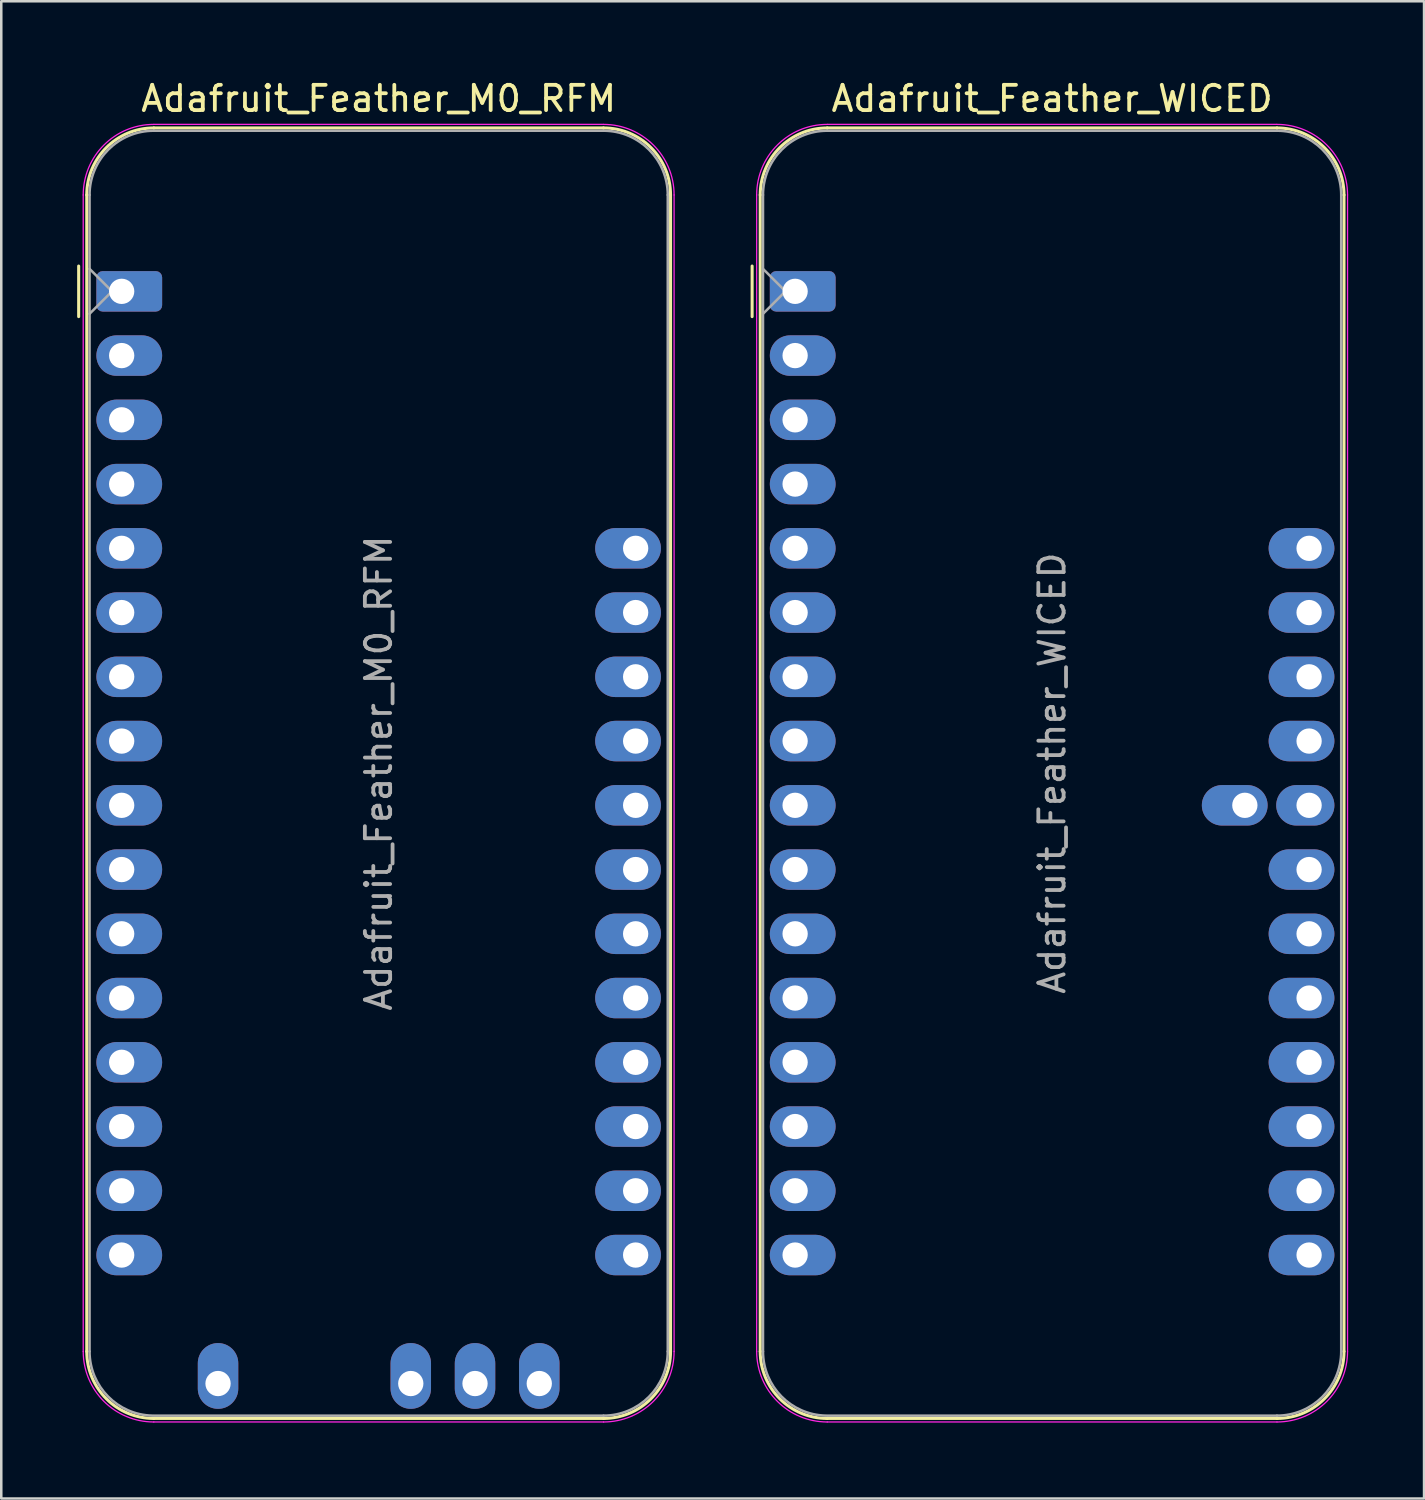
<source format=kicad_pcb>
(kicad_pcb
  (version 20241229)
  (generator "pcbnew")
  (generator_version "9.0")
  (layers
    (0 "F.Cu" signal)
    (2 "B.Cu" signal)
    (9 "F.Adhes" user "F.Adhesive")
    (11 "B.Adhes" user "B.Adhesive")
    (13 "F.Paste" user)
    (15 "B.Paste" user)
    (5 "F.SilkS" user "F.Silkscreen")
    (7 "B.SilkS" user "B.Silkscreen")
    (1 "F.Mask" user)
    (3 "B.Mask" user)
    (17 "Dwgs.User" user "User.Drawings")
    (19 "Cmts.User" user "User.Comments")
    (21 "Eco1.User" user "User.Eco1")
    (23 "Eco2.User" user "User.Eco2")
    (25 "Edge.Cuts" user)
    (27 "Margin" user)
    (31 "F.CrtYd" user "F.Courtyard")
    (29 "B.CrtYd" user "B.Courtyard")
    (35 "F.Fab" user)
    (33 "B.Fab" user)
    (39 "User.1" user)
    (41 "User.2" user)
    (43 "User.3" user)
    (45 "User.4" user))
  (footprint "Adafruit_Feather_WICED"
    (layer "F.Cu")
    (at 28.385 8.468)
    (property "Reference" "Adafruit_Feather_WICED" (at 10.16 -7.62 0) (layer "F.SilkS") (effects (font (size 1 1) (thickness 0.15))))
    (attr through_hole)
    (fp_line (start -1.7 1) (end -1.7 -1) (stroke (width 0.12) (type solid)) (layer "F.SilkS"))
    (fp_line (start -1.38 -3.81) (end -1.38 41.91) (stroke (width 0.12) (type solid)) (layer "F.SilkS"))
    (fp_line (start 19.05 -6.46) (end 1.27 -6.46) (stroke (width 0.12) (type solid)) (layer "F.SilkS"))
    (fp_line (start 19.05 44.56) (end 1.27 44.56) (stroke (width 0.12) (type solid)) (layer "F.SilkS"))
    (fp_line (start 21.7 -3.81) (end 21.7 41.91) (stroke (width 0.12) (type solid)) (layer "F.SilkS"))
    (fp_arc (start -1.38 -3.81) (mid -0.603833 -5.683833) (end 1.27 -6.46) (stroke (width 0.12) (type solid)) (layer "F.SilkS"))
    (fp_arc (start 1.27 44.56) (mid -0.603833 43.783833) (end -1.38 41.91) (stroke (width 0.12) (type solid)) (layer "F.SilkS"))
    (fp_arc (start 19.05 -6.46) (mid 20.923833 -5.683833) (end 21.7 -3.81) (stroke (width 0.12) (type solid)) (layer "F.SilkS"))
    (fp_arc (start 21.7 41.91) (mid 20.923833 43.783833) (end 19.05 44.56) (stroke (width 0.12) (type solid)) (layer "F.SilkS"))
    (fp_line (start -1.52 41.91) (end -1.52 -3.81) (stroke (width 0.05) (type solid)) (layer "F.CrtYd"))
    (fp_line (start 19.05 -6.6) (end 1.27 -6.6) (stroke (width 0.05) (type solid)) (layer "F.CrtYd"))
    (fp_line (start 19.05 44.7) (end 1.27 44.7) (stroke (width 0.05) (type solid)) (layer "F.CrtYd"))
    (fp_line (start 21.84 41.91) (end 21.84 -3.81) (stroke (width 0.05) (type solid)) (layer "F.CrtYd"))
    (fp_arc (start -1.52 -3.81) (mid -0.702828 -5.782828) (end 1.27 -6.6) (stroke (width 0.05) (type solid)) (layer "F.CrtYd"))
    (fp_arc (start 1.27 44.7) (mid -0.702828 43.882828) (end -1.52 41.91) (stroke (width 0.05) (type solid)) (layer "F.CrtYd"))
    (fp_arc (start 19.05 -6.6) (mid 21.022828 -5.782828) (end 21.84 -3.81) (stroke (width 0.05) (type solid)) (layer "F.CrtYd"))
    (fp_arc (start 21.84 41.91) (mid 21.022828 43.882828) (end 19.05 44.7) (stroke (width 0.05) (type solid)) (layer "F.CrtYd"))
    (fp_line (start -1.27 -3.81) (end -1.27 41.91) (stroke (width 0.1) (type solid)) (layer "F.Fab"))
    (fp_line (start -1.27 -0.889) (end -0.381 0) (stroke (width 0.1) (type solid)) (layer "F.Fab"))
    (fp_line (start -0.381 0) (end -1.27 0.889) (stroke (width 0.1) (type solid)) (layer "F.Fab"))
    (fp_line (start 1.27 44.45) (end 19.05 44.45) (stroke (width 0.1) (type solid)) (layer "F.Fab"))
    (fp_line (start 19.05 -6.35) (end 1.27 -6.35) (stroke (width 0.1) (type solid)) (layer "F.Fab"))
    (fp_line (start 21.59 41.91) (end 21.59 -3.81) (stroke (width 0.1) (type solid)) (layer "F.Fab"))
    (fp_arc (start -1.27 -3.81) (mid -0.526051 -5.606051) (end 1.27 -6.35) (stroke (width 0.1) (type solid)) (layer "F.Fab"))
    (fp_arc (start 1.221238 44.449532) (mid -0.543209 43.688728) (end -1.27 41.91) (stroke (width 0.1) (type solid)) (layer "F.Fab"))
    (fp_arc (start 19.05 -6.35) (mid 20.846051 -5.606051) (end 21.59 -3.81) (stroke (width 0.1) (type solid)) (layer "F.Fab"))
    (fp_arc (start 21.59 41.91) (mid 20.846051 43.706051) (end 19.05 44.45) (stroke (width 0.1) (type solid)) (layer "F.Fab"))
    (fp_text user "${REFERENCE}" (at 10.16 19.05 270) (layer "F.Fab") (effects (font (size 1 1) (thickness 0.15))))
    (pad "1" thru_hole roundrect (at 0 0) (size 2.6 1.6) (drill 1 (offset 0.3 0)) (layers "*.Cu" "*.Mask") (roundrect_rratio 0.156))
    (pad "2" thru_hole oval (at 0 2.54) (size 2.6 1.6) (drill 1 (offset 0.3 0)) (layers "*.Cu" "*.Mask"))
    (pad "3" thru_hole oval (at 0 5.08) (size 2.6 1.6) (drill 1 (offset 0.3 0)) (layers "*.Cu" "*.Mask"))
    (pad "4" thru_hole oval (at 0 7.62) (size 2.6 1.6) (drill 1 (offset 0.3 0)) (layers "*.Cu" "*.Mask"))
    (pad "5" thru_hole oval (at 0 10.16) (size 2.6 1.6) (drill 1 (offset 0.3 0)) (layers "*.Cu" "*.Mask"))
    (pad "6" thru_hole oval (at 0 12.7) (size 2.6 1.6) (drill 1 (offset 0.3 0)) (layers "*.Cu" "*.Mask"))
    (pad "7" thru_hole oval (at 0 15.24) (size 2.6 1.6) (drill 1 (offset 0.3 0)) (layers "*.Cu" "*.Mask"))
    (pad "8" thru_hole oval (at 0 17.78) (size 2.6 1.6) (drill 1 (offset 0.3 0)) (layers "*.Cu" "*.Mask"))
    (pad "9" thru_hole oval (at 0 20.32) (size 2.6 1.6) (drill 1 (offset 0.3 0)) (layers "*.Cu" "*.Mask"))
    (pad "10" thru_hole oval (at 0 22.86) (size 2.6 1.6) (drill 1 (offset 0.3 0)) (layers "*.Cu" "*.Mask"))
    (pad "11" thru_hole oval (at 0 25.4) (size 2.6 1.6) (drill 1 (offset 0.3 0)) (layers "*.Cu" "*.Mask"))
    (pad "12" thru_hole oval (at 0 27.94) (size 2.6 1.6) (drill 1 (offset 0.3 0)) (layers "*.Cu" "*.Mask"))
    (pad "13" thru_hole oval (at 0 30.48) (size 2.6 1.6) (drill 1 (offset 0.3 0)) (layers "*.Cu" "*.Mask"))
    (pad "14" thru_hole oval (at 0 33.02) (size 2.6 1.6) (drill 1 (offset 0.3 0)) (layers "*.Cu" "*.Mask"))
    (pad "15" thru_hole oval (at 0 35.56) (size 2.6 1.6) (drill 1 (offset 0.3 0)) (layers "*.Cu" "*.Mask"))
    (pad "16" thru_hole oval (at 0 38.1) (size 2.6 1.6) (drill 1 (offset 0.3 0)) (layers "*.Cu" "*.Mask"))
    (pad "17" thru_hole oval (at 20.32 38.1 180) (size 2.6 1.6) (drill 1 (offset 0.3 0)) (layers "*.Cu" "*.Mask"))
    (pad "18" thru_hole oval (at 20.32 35.56 180) (size 2.6 1.6) (drill 1 (offset 0.3 0)) (layers "*.Cu" "*.Mask"))
    (pad "19" thru_hole oval (at 20.32 33.02 180) (size 2.6 1.6) (drill 1 (offset 0.3 0)) (layers "*.Cu" "*.Mask"))
    (pad "20" thru_hole oval (at 20.32 30.48 180) (size 2.6 1.6) (drill 1 (offset 0.3 0)) (layers "*.Cu" "*.Mask"))
    (pad "21" thru_hole oval (at 20.32 27.94 180) (size 2.6 1.6) (drill 1 (offset 0.3 0)) (layers "*.Cu" "*.Mask"))
    (pad "22" thru_hole oval (at 20.32 25.4 180) (size 2.6 1.6) (drill 1 (offset 0.3 0)) (layers "*.Cu" "*.Mask"))
    (pad "23" thru_hole oval (at 20.32 22.86 180) (size 2.6 1.6) (drill 1 (offset 0.3 0)) (layers "*.Cu" "*.Mask"))
    (pad "24" thru_hole oval (at 20.32 20.32 180) (size 2.3 1.6) (drill 1 (offset 0.15 0)) (layers "*.Cu" "*.Mask"))
    (pad "25" thru_hole oval (at 20.32 17.78 180) (size 2.6 1.6) (drill 1 (offset 0.3 0)) (layers "*.Cu" "*.Mask"))
    (pad "26" thru_hole oval (at 20.32 15.24 180) (size 2.6 1.6) (drill 1 (offset 0.3 0)) (layers "*.Cu" "*.Mask"))
    (pad "27" thru_hole oval (at 20.32 12.7 180) (size 2.6 1.6) (drill 1 (offset 0.3 0)) (layers "*.Cu" "*.Mask"))
    (pad "28" thru_hole oval (at 20.32 10.16 180) (size 2.6 1.6) (drill 1 (offset 0.3 0)) (layers "*.Cu" "*.Mask"))
    (pad "29" thru_hole oval (at 17.78 20.32 180) (size 2.6 1.6) (drill 1 (offset 0.4 0)) (layers "*.Cu" "*.Mask")))
  (footprint "Adafruit_Feather_M0_RFM"
    (layer "F.Cu")
    (at 1.76 8.468)
    (property "Reference" "Adafruit_Feather_M0_RFM" (at 10.16 -7.62 0) (layer "F.SilkS") (effects (font (size 1 1) (thickness 0.15))))
    (attr through_hole)
    (fp_line (start -1.7 1) (end -1.7 -1) (stroke (width 0.12) (type solid)) (layer "F.SilkS"))
    (fp_line (start -1.38 -3.81) (end -1.38 41.91) (stroke (width 0.12) (type solid)) (layer "F.SilkS"))
    (fp_line (start 19.05 -6.46) (end 1.27 -6.46) (stroke (width 0.12) (type solid)) (layer "F.SilkS"))
    (fp_line (start 19.05 44.56) (end 1.27 44.56) (stroke (width 0.12) (type solid)) (layer "F.SilkS"))
    (fp_line (start 21.7 -3.81) (end 21.7 41.91) (stroke (width 0.12) (type solid)) (layer "F.SilkS"))
    (fp_arc (start -1.38 -3.81) (mid -0.603833 -5.683833) (end 1.27 -6.46) (stroke (width 0.12) (type solid)) (layer "F.SilkS"))
    (fp_arc (start 1.27 44.56) (mid -0.603833 43.783833) (end -1.38 41.91) (stroke (width 0.12) (type solid)) (layer "F.SilkS"))
    (fp_arc (start 19.05 -6.46) (mid 20.923833 -5.683833) (end 21.7 -3.81) (stroke (width 0.12) (type solid)) (layer "F.SilkS"))
    (fp_arc (start 21.7 41.91) (mid 20.923833 43.783833) (end 19.05 44.56) (stroke (width 0.12) (type solid)) (layer "F.SilkS"))
    (fp_line (start -1.52 41.91) (end -1.52 -3.81) (stroke (width 0.05) (type solid)) (layer "F.CrtYd"))
    (fp_line (start 19.05 -6.6) (end 1.27 -6.6) (stroke (width 0.05) (type solid)) (layer "F.CrtYd"))
    (fp_line (start 19.05 44.7) (end 1.27 44.7) (stroke (width 0.05) (type solid)) (layer "F.CrtYd"))
    (fp_line (start 21.84 41.91) (end 21.84 -3.81) (stroke (width 0.05) (type solid)) (layer "F.CrtYd"))
    (fp_arc (start -1.52 -3.81) (mid -0.702828 -5.782828) (end 1.27 -6.6) (stroke (width 0.05) (type solid)) (layer "F.CrtYd"))
    (fp_arc (start 1.27 44.7) (mid -0.702828 43.882828) (end -1.52 41.91) (stroke (width 0.05) (type solid)) (layer "F.CrtYd"))
    (fp_arc (start 19.05 -6.6) (mid 21.022828 -5.782828) (end 21.84 -3.81) (stroke (width 0.05) (type solid)) (layer "F.CrtYd"))
    (fp_arc (start 21.84 41.91) (mid 21.022828 43.882828) (end 19.05 44.7) (stroke (width 0.05) (type solid)) (layer "F.CrtYd"))
    (fp_line (start -1.27 -3.81) (end -1.27 41.91) (stroke (width 0.1) (type solid)) (layer "F.Fab"))
    (fp_line (start -1.27 -0.889) (end -0.381 0) (stroke (width 0.1) (type solid)) (layer "F.Fab"))
    (fp_line (start -0.381 0) (end -1.27 0.889) (stroke (width 0.1) (type solid)) (layer "F.Fab"))
    (fp_line (start 1.27 44.45) (end 19.05 44.45) (stroke (width 0.1) (type solid)) (layer "F.Fab"))
    (fp_line (start 19.05 -6.35) (end 1.27 -6.35) (stroke (width 0.1) (type solid)) (layer "F.Fab"))
    (fp_line (start 21.59 41.91) (end 21.59 -3.81) (stroke (width 0.1) (type solid)) (layer "F.Fab"))
    (fp_arc (start -1.27 -3.81) (mid -0.526051 -5.606051) (end 1.27 -6.35) (stroke (width 0.1) (type solid)) (layer "F.Fab"))
    (fp_arc (start 1.221238 44.449532) (mid -0.543209 43.688728) (end -1.27 41.91) (stroke (width 0.1) (type solid)) (layer "F.Fab"))
    (fp_arc (start 19.05 -6.35) (mid 20.846051 -5.606051) (end 21.59 -3.81) (stroke (width 0.1) (type solid)) (layer "F.Fab"))
    (fp_arc (start 21.59 41.91) (mid 20.846051 43.706051) (end 19.05 44.45) (stroke (width 0.1) (type solid)) (layer "F.Fab"))
    (fp_text user "${REFERENCE}" (at 10.16 19.05 270) (layer "F.Fab") (effects (font (size 1 1) (thickness 0.15))))
    (pad "1" thru_hole roundrect (at 0 0) (size 2.6 1.6) (drill 1 (offset 0.3 0)) (layers "*.Cu" "*.Mask") (roundrect_rratio 0.156))
    (pad "2" thru_hole oval (at 0 2.54) (size 2.6 1.6) (drill 1 (offset 0.3 0)) (layers "*.Cu" "*.Mask"))
    (pad "3" thru_hole oval (at 0 5.08) (size 2.6 1.6) (drill 1 (offset 0.3 0)) (layers "*.Cu" "*.Mask"))
    (pad "4" thru_hole oval (at 0 7.62) (size 2.6 1.6) (drill 1 (offset 0.3 0)) (layers "*.Cu" "*.Mask"))
    (pad "5" thru_hole oval (at 0 10.16) (size 2.6 1.6) (drill 1 (offset 0.3 0)) (layers "*.Cu" "*.Mask"))
    (pad "6" thru_hole oval (at 0 12.7) (size 2.6 1.6) (drill 1 (offset 0.3 0)) (layers "*.Cu" "*.Mask"))
    (pad "7" thru_hole oval (at 0 15.24) (size 2.6 1.6) (drill 1 (offset 0.3 0)) (layers "*.Cu" "*.Mask"))
    (pad "8" thru_hole oval (at 0 17.78) (size 2.6 1.6) (drill 1 (offset 0.3 0)) (layers "*.Cu" "*.Mask"))
    (pad "9" thru_hole oval (at 0 20.32) (size 2.6 1.6) (drill 1 (offset 0.3 0)) (layers "*.Cu" "*.Mask"))
    (pad "10" thru_hole oval (at 0 22.86) (size 2.6 1.6) (drill 1 (offset 0.3 0)) (layers "*.Cu" "*.Mask"))
    (pad "11" thru_hole oval (at 0 25.4) (size 2.6 1.6) (drill 1 (offset 0.3 0)) (layers "*.Cu" "*.Mask"))
    (pad "12" thru_hole oval (at 0 27.94) (size 2.6 1.6) (drill 1 (offset 0.3 0)) (layers "*.Cu" "*.Mask"))
    (pad "13" thru_hole oval (at 0 30.48) (size 2.6 1.6) (drill 1 (offset 0.3 0)) (layers "*.Cu" "*.Mask"))
    (pad "14" thru_hole oval (at 0 33.02) (size 2.6 1.6) (drill 1 (offset 0.3 0)) (layers "*.Cu" "*.Mask"))
    (pad "15" thru_hole oval (at 0 35.56) (size 2.6 1.6) (drill 1 (offset 0.3 0)) (layers "*.Cu" "*.Mask"))
    (pad "16" thru_hole oval (at 0 38.1) (size 2.6 1.6) (drill 1 (offset 0.3 0)) (layers "*.Cu" "*.Mask"))
    (pad "17" thru_hole oval (at 20.32 38.1 180) (size 2.6 1.6) (drill 1 (offset 0.3 0)) (layers "*.Cu" "*.Mask"))
    (pad "18" thru_hole oval (at 20.32 35.56 180) (size 2.6 1.6) (drill 1 (offset 0.3 0)) (layers "*.Cu" "*.Mask"))
    (pad "19" thru_hole oval (at 20.32 33.02 180) (size 2.6 1.6) (drill 1 (offset 0.3 0)) (layers "*.Cu" "*.Mask"))
    (pad "20" thru_hole oval (at 20.32 30.48 180) (size 2.6 1.6) (drill 1 (offset 0.3 0)) (layers "*.Cu" "*.Mask"))
    (pad "21" thru_hole oval (at 20.32 27.94 180) (size 2.6 1.6) (drill 1 (offset 0.3 0)) (layers "*.Cu" "*.Mask"))
    (pad "22" thru_hole oval (at 20.32 25.4 180) (size 2.6 1.6) (drill 1 (offset 0.3 0)) (layers "*.Cu" "*.Mask"))
    (pad "23" thru_hole oval (at 20.32 22.86 180) (size 2.6 1.6) (drill 1 (offset 0.3 0)) (layers "*.Cu" "*.Mask"))
    (pad "24" thru_hole oval (at 20.32 20.32 180) (size 2.6 1.6) (drill 1 (offset 0.3 0)) (layers "*.Cu" "*.Mask"))
    (pad "25" thru_hole oval (at 20.32 17.78 180) (size 2.6 1.6) (drill 1 (offset 0.3 0)) (layers "*.Cu" "*.Mask"))
    (pad "26" thru_hole oval (at 20.32 15.24 180) (size 2.6 1.6) (drill 1 (offset 0.3 0)) (layers "*.Cu" "*.Mask"))
    (pad "27" thru_hole oval (at 20.32 12.7 180) (size 2.6 1.6) (drill 1 (offset 0.3 0)) (layers "*.Cu" "*.Mask"))
    (pad "28" thru_hole oval (at 20.32 10.16 180) (size 2.6 1.6) (drill 1 (offset 0.3 0)) (layers "*.Cu" "*.Mask"))
    (pad "29" thru_hole oval (at 3.81 43.18 90) (size 2.6 1.6) (drill 1 (offset 0.3 0)) (layers "*.Cu" "*.Mask"))
    (pad "30" thru_hole oval (at 11.43 43.18 90) (size 2.6 1.6) (drill 1 (offset 0.3 0)) (layers "*.Cu" "*.Mask"))
    (pad "31" thru_hole oval (at 13.97 43.18 90) (size 2.6 1.6) (drill 1 (offset 0.3 0)) (layers "*.Cu" "*.Mask"))
    (pad "32" thru_hole oval (at 16.51 43.18 90) (size 2.6 1.6) (drill 1 (offset 0.3 0)) (layers "*.Cu" "*.Mask")))
  (gr_rect
    (start -3 -3)
    (end 53.25 56.193)
    (stroke (width 0.1) (type default))
    (fill no)
    (layer "Edge.Cuts")))
</source>
